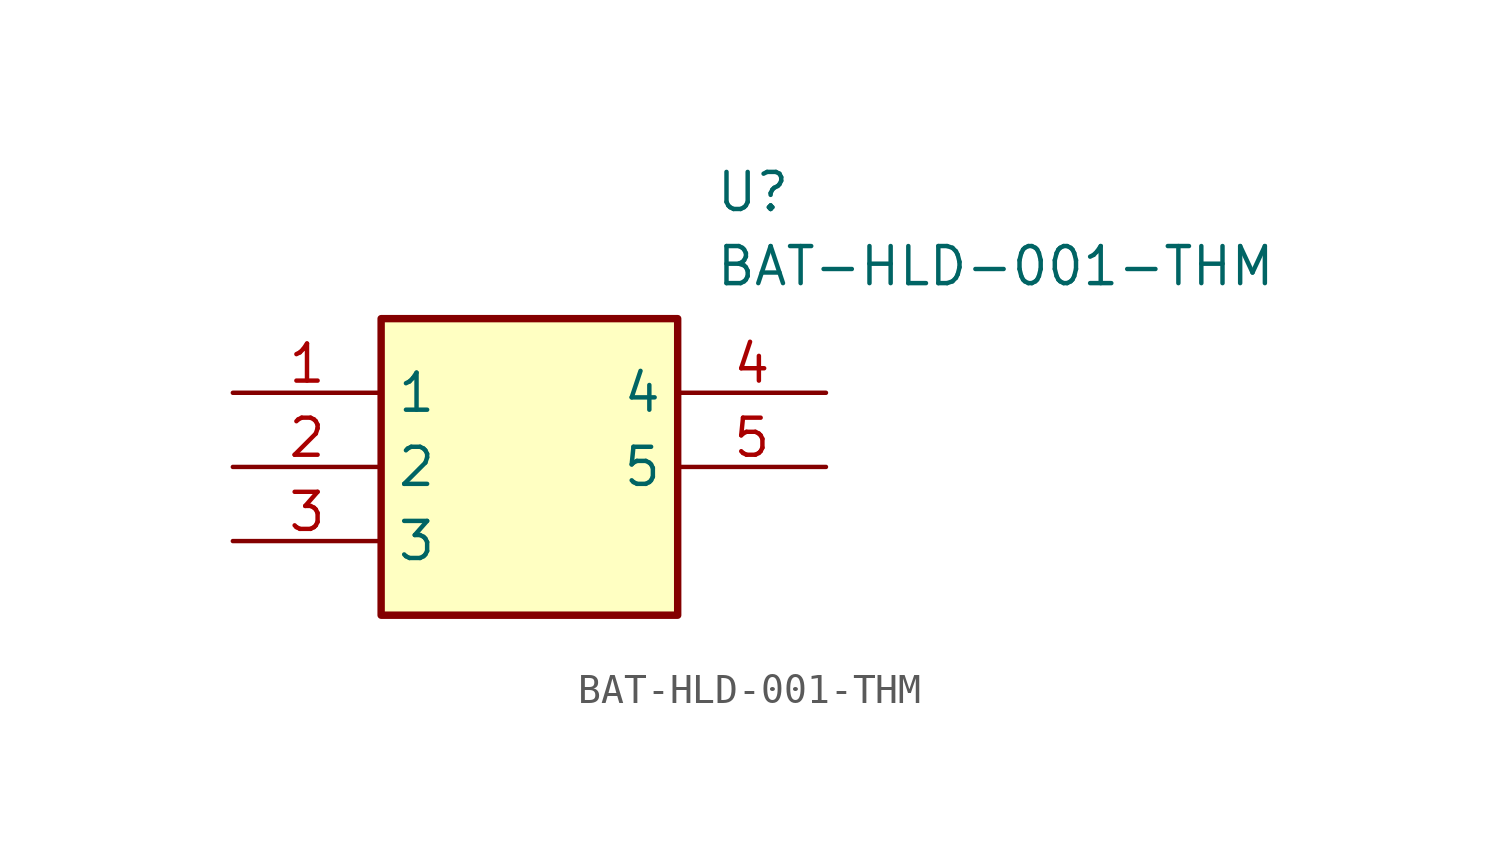
<source format=kicad_sym>
(kicad_symbol_lib
  (version 20211014)
  (generator SamacSys_ECAD_Model)
  (symbol "BAT-HLD-001-THM"
    (property "Reference" "U"
      (at 16.51 7.62 0)
      (effects (font (size 1.27 1.27)) (justify left top)))
    (property "Value" "BAT-HLD-001-THM"
      (at 16.51 5.08 0)
      (effects (font (size 1.27 1.27)) (justify left top)))
    (rectangle
      (start 5.08 2.54)
      (end 15.24 -7.62)
      (stroke (width 0.254) (type default))
      (fill (type background)))
    (pin passive line
      (at 0 0 0)
      (length 5.08)
      (name "1" (effects (font (size 1.27 1.27))))
      (number "1" (effects (font (size 1.27 1.27)))))
    (pin passive line
      (at 0 -2.54 0)
      (length 5.08)
      (name "2" (effects (font (size 1.27 1.27))))
      (number "2" (effects (font (size 1.27 1.27)))))
    (pin passive line
      (at 0 -5.08 0)
      (length 5.08)
      (name "3" (effects (font (size 1.27 1.27))))
      (number "3" (effects (font (size 1.27 1.27)))))
    (pin passive line
      (at 20.32 0 180)
      (length 5.08)
      (name "4" (effects (font (size 1.27 1.27))))
      (number "4" (effects (font (size 1.27 1.27)))))
    (pin passive line
      (at 20.32 -2.54 180)
      (length 5.08)
      (name "5" (effects (font (size 1.27 1.27))))
      (number "5" (effects (font (size 1.27 1.27)))))))
</source>
